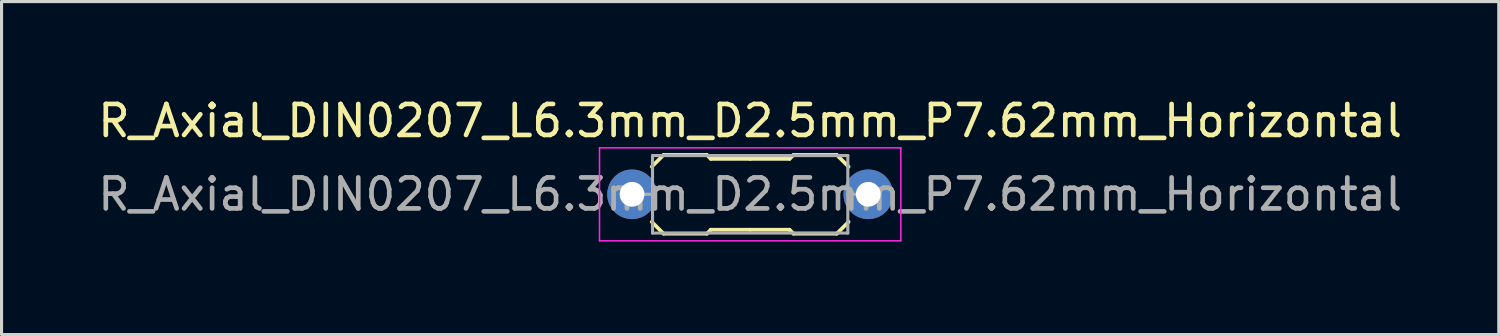
<source format=kicad_pcb>
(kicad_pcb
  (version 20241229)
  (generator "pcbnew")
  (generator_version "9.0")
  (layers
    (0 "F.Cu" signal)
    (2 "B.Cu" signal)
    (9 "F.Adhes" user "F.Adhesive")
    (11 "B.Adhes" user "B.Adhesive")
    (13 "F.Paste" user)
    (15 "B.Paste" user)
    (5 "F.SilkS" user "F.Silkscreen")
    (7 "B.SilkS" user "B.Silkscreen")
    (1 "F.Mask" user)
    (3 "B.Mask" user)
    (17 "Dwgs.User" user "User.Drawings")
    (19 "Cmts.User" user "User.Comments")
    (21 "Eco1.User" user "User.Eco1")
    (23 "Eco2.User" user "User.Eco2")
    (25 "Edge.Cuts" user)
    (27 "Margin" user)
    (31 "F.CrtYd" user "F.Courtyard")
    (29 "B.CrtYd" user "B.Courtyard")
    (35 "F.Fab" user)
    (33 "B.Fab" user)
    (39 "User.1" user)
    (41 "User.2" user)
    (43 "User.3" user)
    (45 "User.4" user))
  (footprint "R_Axial_DIN0207_L6.3mm_D2.5mm_P7.62mm_Horizontal"
    (layer "F.Cu")
    (at 17.339 3.218)
    (property "Reference" "R_Axial_DIN0207_L6.3mm_D2.5mm_P7.62mm_Horizontal" (at 3.81 -2.37 0) (layer "F.SilkS") (effects (font (size 1 1) (thickness 0.15))))
    (attr through_hole)
    (fp_line (start 0.635 -0.889) (end 1.016 -1.27) (stroke (width 0.12) (type solid)) (layer "F.SilkS"))
    (fp_line (start 0.635 0.889) (end 1.016 1.27) (stroke (width 0.12) (type solid)) (layer "F.SilkS"))
    (fp_line (start 1.016 -1.27) (end 2.413 -1.27) (stroke (width 0.12) (type solid)) (layer "F.SilkS"))
    (fp_line (start 1.016 1.27) (end 2.413 1.27) (stroke (width 0.12) (type solid)) (layer "F.SilkS"))
    (fp_line (start 2.413 -1.27) (end 2.54 -1.143) (stroke (width 0.12) (type solid)) (layer "F.SilkS"))
    (fp_line (start 2.413 1.27) (end 2.54 1.143) (stroke (width 0.12) (type solid)) (layer "F.SilkS"))
    (fp_line (start 2.54 -1.143) (end 3.81 -1.143) (stroke (width 0.12) (type solid)) (layer "F.SilkS"))
    (fp_line (start 2.54 1.143) (end 3.81 1.143) (stroke (width 0.12) (type solid)) (layer "F.SilkS"))
    (fp_line (start 5.08 -1.143) (end 3.81 -1.143) (stroke (width 0.12) (type solid)) (layer "F.SilkS"))
    (fp_line (start 5.08 1.143) (end 3.81 1.143) (stroke (width 0.12) (type solid)) (layer "F.SilkS"))
    (fp_line (start 5.207 -1.27) (end 5.08 -1.143) (stroke (width 0.12) (type solid)) (layer "F.SilkS"))
    (fp_line (start 5.207 1.27) (end 5.08 1.143) (stroke (width 0.12) (type solid)) (layer "F.SilkS"))
    (fp_line (start 6.604 -1.27) (end 5.207 -1.27) (stroke (width 0.12) (type solid)) (layer "F.SilkS"))
    (fp_line (start 6.604 1.27) (end 5.207 1.27) (stroke (width 0.12) (type solid)) (layer "F.SilkS"))
    (fp_line (start 6.985 -0.889) (end 6.604 -1.27) (stroke (width 0.12) (type solid)) (layer "F.SilkS"))
    (fp_line (start 6.985 0.889) (end 6.604 1.27) (stroke (width 0.12) (type solid)) (layer "F.SilkS"))
    (fp_line (start -1.05 -1.5) (end -1.05 1.5) (stroke (width 0.05) (type solid)) (layer "F.CrtYd"))
    (fp_line (start -1.05 1.5) (end 8.67 1.5) (stroke (width 0.05) (type solid)) (layer "F.CrtYd"))
    (fp_line (start 8.67 -1.5) (end -1.05 -1.5) (stroke (width 0.05) (type solid)) (layer "F.CrtYd"))
    (fp_line (start 8.67 1.5) (end 8.67 -1.5) (stroke (width 0.05) (type solid)) (layer "F.CrtYd"))
    (fp_line (start 0 0) (end 0.66 0) (stroke (width 0.1) (type solid)) (layer "F.Fab"))
    (fp_line (start 0.66 -1.25) (end 0.66 1.25) (stroke (width 0.1) (type solid)) (layer "F.Fab"))
    (fp_line (start 0.66 1.25) (end 6.96 1.25) (stroke (width 0.1) (type solid)) (layer "F.Fab"))
    (fp_line (start 6.96 -1.25) (end 0.66 -1.25) (stroke (width 0.1) (type solid)) (layer "F.Fab"))
    (fp_line (start 6.96 1.25) (end 6.96 -1.25) (stroke (width 0.1) (type solid)) (layer "F.Fab"))
    (fp_line (start 7.62 0) (end 6.96 0) (stroke (width 0.1) (type solid)) (layer "F.Fab"))
    (fp_text user "${REFERENCE}" (at 3.81 0 0) (layer "F.Fab") (effects (font (size 1 1) (thickness 0.15))))
    (pad "1" thru_hole circle (at 0 0) (size 1.6 1.6) (drill 0.8) (layers "*.Cu" "*.Mask"))
    (pad "2" thru_hole oval (at 7.62 0) (size 1.6 1.6) (drill 0.8) (layers "*.Cu" "*.Mask")))
  (gr_rect
    (start -3 -3)
    (end 45.298 7.743)
    (stroke (width 0.1) (type default))
    (fill no)
    (layer "Edge.Cuts")))
</source>
